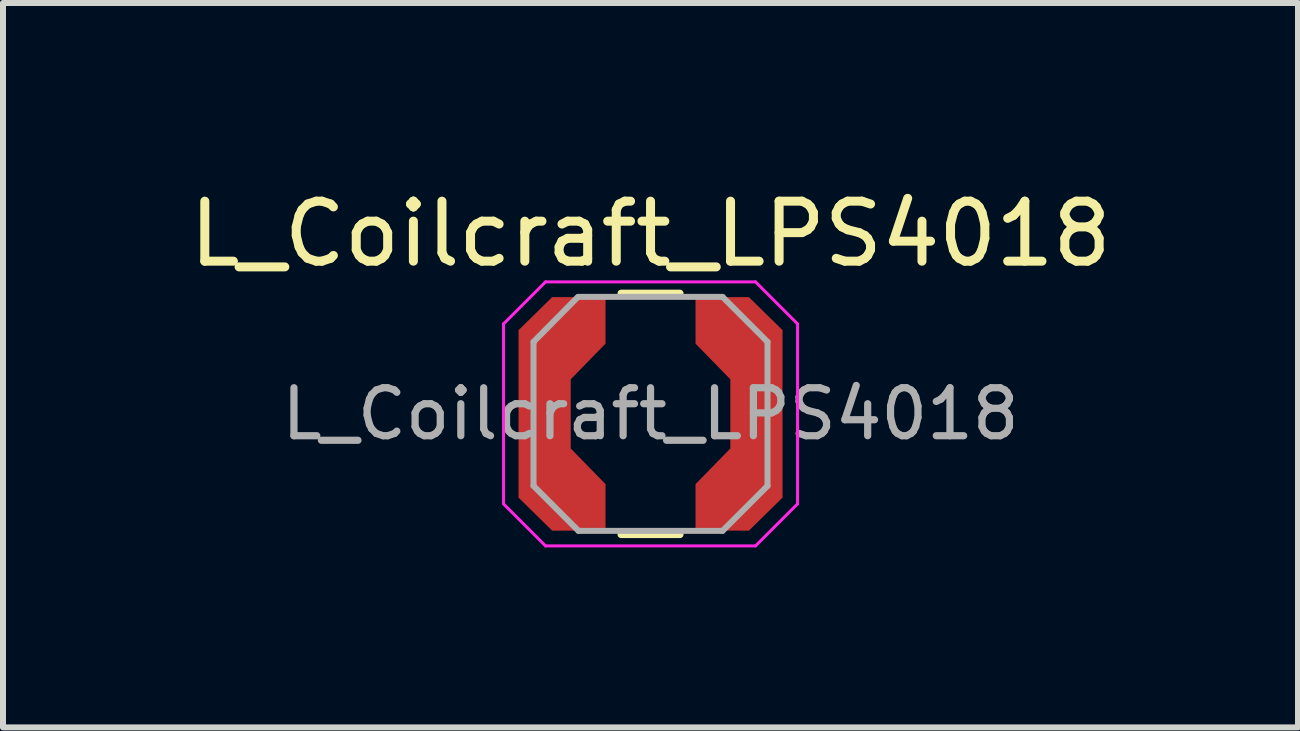
<source format=kicad_pcb>
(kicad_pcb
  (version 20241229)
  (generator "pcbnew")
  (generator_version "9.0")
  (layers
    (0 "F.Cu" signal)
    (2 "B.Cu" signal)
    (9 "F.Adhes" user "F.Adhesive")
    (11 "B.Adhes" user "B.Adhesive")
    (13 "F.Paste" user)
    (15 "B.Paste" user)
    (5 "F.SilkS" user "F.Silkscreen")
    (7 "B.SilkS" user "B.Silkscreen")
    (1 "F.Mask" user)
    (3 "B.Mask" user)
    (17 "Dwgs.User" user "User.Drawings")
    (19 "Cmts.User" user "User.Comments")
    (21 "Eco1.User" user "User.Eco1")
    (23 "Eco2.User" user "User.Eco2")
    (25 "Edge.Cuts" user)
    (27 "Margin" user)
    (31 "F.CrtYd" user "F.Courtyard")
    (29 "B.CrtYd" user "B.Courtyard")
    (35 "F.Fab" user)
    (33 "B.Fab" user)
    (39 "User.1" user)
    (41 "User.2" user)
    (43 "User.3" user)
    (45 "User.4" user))
  (footprint "L_Coilcraft_LPS4018"
    (layer "F.Cu")
    (at 7.792 3.848)
    (property "Reference" "L_Coilcraft_LPS4018" (at 0 -3 0) (layer "F.SilkS") (effects (font (size 1 1) (thickness 0.15))))
    (attr smd)
    (fp_line (start -0.49 -2.01) (end 0.49 -2.01) (stroke (width 0.12) (type solid)) (layer "F.SilkS"))
    (fp_line (start -0.49 2.01) (end 0.49 2.01) (stroke (width 0.12) (type solid)) (layer "F.SilkS"))
    (fp_line (start -2.45 -1.5) (end -2.45 1.5) (stroke (width 0.05) (type solid)) (layer "F.CrtYd"))
    (fp_line (start -1.75 -2.2) (end -2.45 -1.5) (stroke (width 0.05) (type solid)) (layer "F.CrtYd"))
    (fp_line (start -1.75 -2.2) (end 1.75 -2.2) (stroke (width 0.05) (type solid)) (layer "F.CrtYd"))
    (fp_line (start -1.75 2.2) (end -2.45 1.5) (stroke (width 0.05) (type solid)) (layer "F.CrtYd"))
    (fp_line (start -1.75 2.2) (end 1.75 2.2) (stroke (width 0.05) (type solid)) (layer "F.CrtYd"))
    (fp_line (start 1.75 -2.2) (end 2.45 -1.5) (stroke (width 0.05) (type solid)) (layer "F.CrtYd"))
    (fp_line (start 1.75 2.2) (end 2.45 1.5) (stroke (width 0.05) (type solid)) (layer "F.CrtYd"))
    (fp_line (start 2.45 -1.5) (end 2.45 1.5) (stroke (width 0.05) (type solid)) (layer "F.CrtYd"))
    (fp_line (start -1.95 -1.2) (end -1.21 -1.95) (stroke (width 0.1) (type solid)) (layer "F.Fab"))
    (fp_line (start -1.95 1.2) (end -1.95 -1.2) (stroke (width 0.1) (type solid)) (layer "F.Fab"))
    (fp_line (start -1.95 1.2) (end -1.2 1.95) (stroke (width 0.1) (type solid)) (layer "F.Fab"))
    (fp_line (start -1.2 -1.95) (end 1.2 -1.95) (stroke (width 0.1) (type solid)) (layer "F.Fab"))
    (fp_line (start 1.2 -1.95) (end 1.95 -1.2) (stroke (width 0.1) (type solid)) (layer "F.Fab"))
    (fp_line (start 1.2 1.95) (end -1.2 1.95) (stroke (width 0.1) (type solid)) (layer "F.Fab"))
    (fp_line (start 1.2 1.95) (end 1.95 1.2) (stroke (width 0.1) (type solid)) (layer "F.Fab"))
    (fp_line (start 1.95 -1.2) (end 1.95 1.2) (stroke (width 0.1) (type solid)) (layer "F.Fab"))
    (fp_text user "${REFERENCE}" (at 0 0 0) (layer "F.Fab") (effects (font (size 0.8 0.8) (thickness 0.12))))
    (pad "1" smd rect (at -1.765 0) (size 0.87 2.79) (layers "F.Cu" "F.Mask" "F.Paste"))
    (pad "1" smd rect (at -1.744 -1.493 134.5) (size 0.5 0.789) (layers "F.Cu" "F.Mask" "F.Paste"))
    (pad "1" smd rect (at -1.744 1.493 225.5) (size 0.5 0.789) (layers "F.Cu" "F.Mask" "F.Paste"))
    (pad "1" smd rect (at -1.219 -1.048 135.7) (size 0.5 0.831) (layers "F.Cu" "F.Mask" "F.Paste"))
    (pad "1" smd rect (at -1.219 1.048 224.3) (size 0.5 0.831) (layers "F.Cu" "F.Mask" "F.Paste"))
    (pad "1" smd rect (at -1.195 -1.558) (size 0.89 0.775) (layers "F.Cu" "F.Mask" "F.Paste"))
    (pad "1" smd rect (at -1.195 1.558) (size 0.89 0.775) (layers "F.Cu" "F.Mask" "F.Paste"))
    (pad "2" smd rect (at 1.195 -1.558) (size 0.89 0.775) (layers "F.Cu" "F.Mask" "F.Paste"))
    (pad "2" smd rect (at 1.195 1.558) (size 0.89 0.775) (layers "F.Cu" "F.Mask" "F.Paste"))
    (pad "2" smd rect (at 1.219 -1.048 224.3) (size 0.5 0.831) (layers "F.Cu" "F.Mask" "F.Paste"))
    (pad "2" smd rect (at 1.219 1.048 135.7) (size 0.5 0.831) (layers "F.Cu" "F.Mask" "F.Paste"))
    (pad "2" smd rect (at 1.744 -1.493 225.5) (size 0.5 0.789) (layers "F.Cu" "F.Mask" "F.Paste"))
    (pad "2" smd rect (at 1.744 1.493 134.5) (size 0.5 0.789) (layers "F.Cu" "F.Mask" "F.Paste"))
    (pad "2" smd rect (at 1.765 0) (size 0.87 2.79) (layers "F.Cu" "F.Mask" "F.Paste")))
  (gr_rect
    (start -3 -3)
    (end 18.583 9.073)
    (stroke (width 0.1) (type default))
    (fill no)
    (layer "Edge.Cuts")))
</source>
